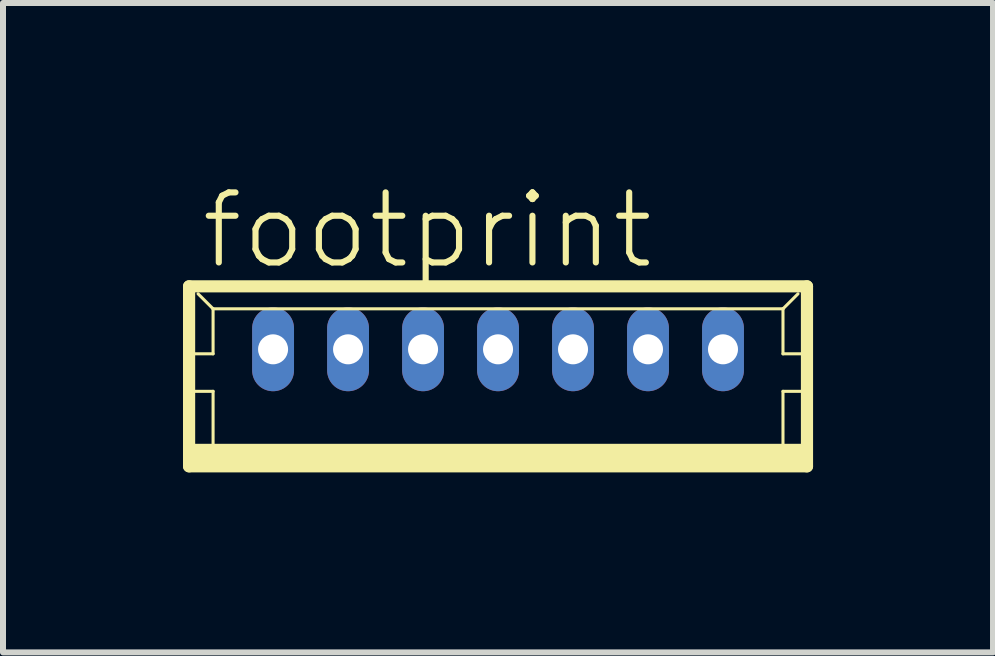
<source format=kicad_pcb>
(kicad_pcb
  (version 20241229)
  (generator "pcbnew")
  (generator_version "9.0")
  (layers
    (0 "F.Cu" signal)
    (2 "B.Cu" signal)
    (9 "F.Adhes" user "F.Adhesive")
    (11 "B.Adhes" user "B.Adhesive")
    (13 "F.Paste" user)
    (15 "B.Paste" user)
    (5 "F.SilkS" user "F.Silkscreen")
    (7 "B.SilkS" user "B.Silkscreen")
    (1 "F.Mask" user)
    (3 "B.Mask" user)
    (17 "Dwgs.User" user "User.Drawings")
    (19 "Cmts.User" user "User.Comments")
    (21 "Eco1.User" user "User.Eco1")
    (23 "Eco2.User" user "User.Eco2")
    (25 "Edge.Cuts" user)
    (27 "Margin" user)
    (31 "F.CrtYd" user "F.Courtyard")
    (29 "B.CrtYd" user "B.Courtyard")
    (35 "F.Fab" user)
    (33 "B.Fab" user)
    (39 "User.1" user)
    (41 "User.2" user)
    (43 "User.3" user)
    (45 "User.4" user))
  (footprint "footprint"
    (layer "F.Cu")
    (at 5.252 3.223)
    (property "Reference" "footprint" (at -5 -1.75 0) (layer "F.SilkS") (effects (font (size 1.168 1.168) (thickness 0.102)) (justify left bottom)))
    (fp_line (start -5.15 -1.5) (end -5.15 1.5) (stroke (width 0.203) (type solid)) (layer "F.SilkS"))
    (fp_line (start -5.15 1.5) (end 5.15 1.5) (stroke (width 0.203) (type solid)) (layer "F.SilkS"))
    (fp_line (start -5.125 -0.375) (end -4.75 -0.375) (stroke (width 0.051) (type solid)) (layer "F.SilkS"))
    (fp_line (start -5.125 0.25) (end -4.75 0.25) (stroke (width 0.051) (type solid)) (layer "F.SilkS"))
    (fp_line (start -4.75 -1.125) (end -5 -1.375) (stroke (width 0.051) (type solid)) (layer "F.SilkS"))
    (fp_line (start -4.75 -1.125) (end 4.75 -1.125) (stroke (width 0.051) (type solid)) (layer "F.SilkS"))
    (fp_line (start -4.75 -0.375) (end -4.75 -1.125) (stroke (width 0.051) (type solid)) (layer "F.SilkS"))
    (fp_line (start -4.75 0.25) (end -4.75 1.25) (stroke (width 0.051) (type solid)) (layer "F.SilkS"))
    (fp_line (start 4.75 -1.125) (end 4.75 -0.375) (stroke (width 0.051) (type solid)) (layer "F.SilkS"))
    (fp_line (start 4.75 -1.125) (end 5 -1.375) (stroke (width 0.051) (type solid)) (layer "F.SilkS"))
    (fp_line (start 4.75 -0.375) (end 5.125 -0.375) (stroke (width 0.051) (type solid)) (layer "F.SilkS"))
    (fp_line (start 4.75 0.25) (end 4.75 1.25) (stroke (width 0.051) (type solid)) (layer "F.SilkS"))
    (fp_line (start 4.75 0.25) (end 5.125 0.25) (stroke (width 0.051) (type solid)) (layer "F.SilkS"))
    (fp_line (start 5.15 -1.5) (end -5.15 -1.5) (stroke (width 0.203) (type solid)) (layer "F.SilkS"))
    (fp_line (start 5.15 1.5) (end 5.15 -1.5) (stroke (width 0.203) (type solid)) (layer "F.SilkS"))
    (fp_poly (pts (xy -5.125 1.5) (xy 5.125 1.5) (xy 5.125 1.125) (xy -5.125 1.125)) (stroke (width 0) (type solid)) (fill yes) (layer "F.SilkS"))
    (pad "1" thru_hole oval (at 3.75 -0.45 270) (size 1.397 0.698) (drill 0.5) (layers "*.Cu" "*.Mask"))
    (pad "2" thru_hole oval (at 2.5 -0.45 270) (size 1.397 0.698) (drill 0.5) (layers "*.Cu" "*.Mask"))
    (pad "3" thru_hole oval (at 1.25 -0.45 270) (size 1.397 0.698) (drill 0.5) (layers "*.Cu" "*.Mask"))
    (pad "4" thru_hole oval (at 0 -0.45 270) (size 1.397 0.698) (drill 0.5) (layers "*.Cu" "*.Mask"))
    (pad "5" thru_hole oval (at -1.25 -0.45 270) (size 1.397 0.698) (drill 0.5) (layers "*.Cu" "*.Mask"))
    (pad "6" thru_hole oval (at -2.5 -0.45 270) (size 1.397 0.698) (drill 0.5) (layers "*.Cu" "*.Mask"))
    (pad "7" thru_hole oval (at -3.75 -0.45 270) (size 1.397 0.698) (drill 0.5) (layers "*.Cu" "*.Mask")))
  (gr_rect
    (start -3 -3)
    (end 13.503 7.825)
    (stroke (width 0.1) (type default))
    (fill no)
    (layer "Edge.Cuts")))
</source>
